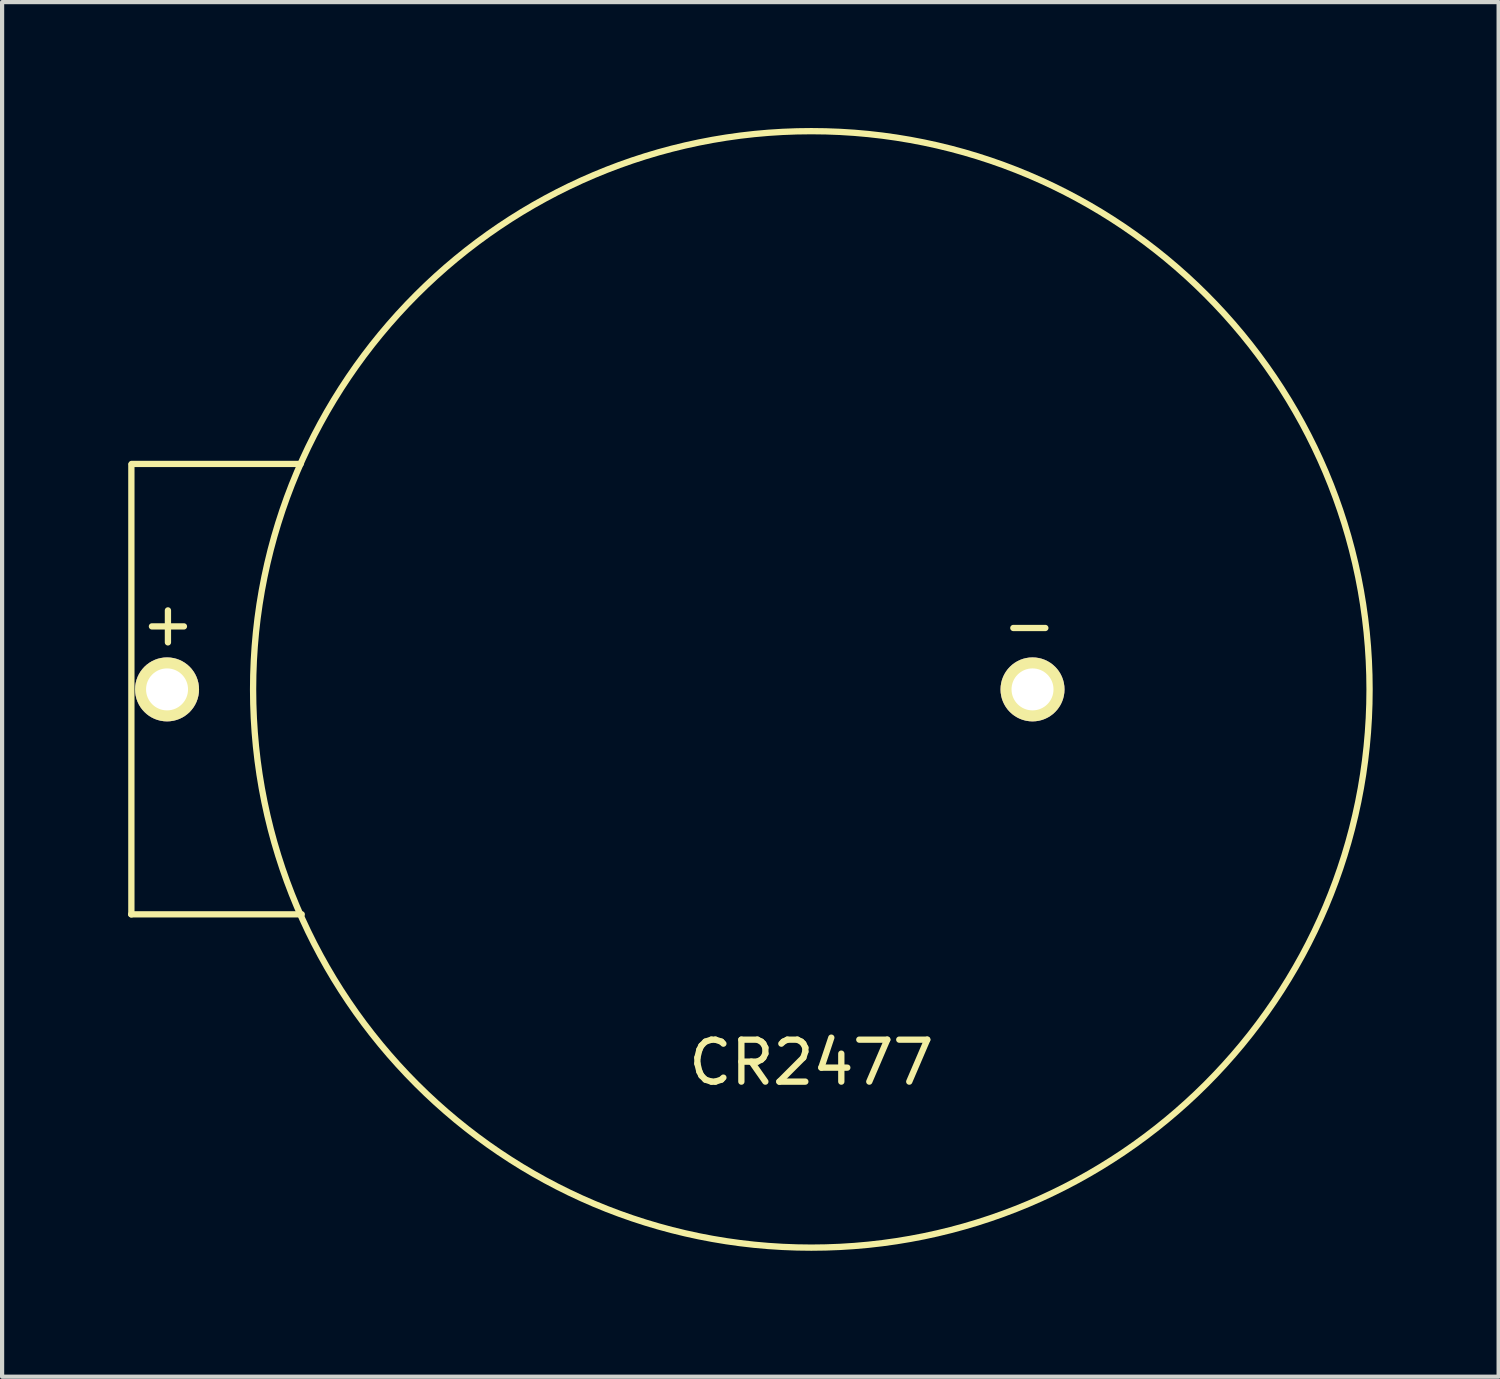
<source format=kicad_pcb>
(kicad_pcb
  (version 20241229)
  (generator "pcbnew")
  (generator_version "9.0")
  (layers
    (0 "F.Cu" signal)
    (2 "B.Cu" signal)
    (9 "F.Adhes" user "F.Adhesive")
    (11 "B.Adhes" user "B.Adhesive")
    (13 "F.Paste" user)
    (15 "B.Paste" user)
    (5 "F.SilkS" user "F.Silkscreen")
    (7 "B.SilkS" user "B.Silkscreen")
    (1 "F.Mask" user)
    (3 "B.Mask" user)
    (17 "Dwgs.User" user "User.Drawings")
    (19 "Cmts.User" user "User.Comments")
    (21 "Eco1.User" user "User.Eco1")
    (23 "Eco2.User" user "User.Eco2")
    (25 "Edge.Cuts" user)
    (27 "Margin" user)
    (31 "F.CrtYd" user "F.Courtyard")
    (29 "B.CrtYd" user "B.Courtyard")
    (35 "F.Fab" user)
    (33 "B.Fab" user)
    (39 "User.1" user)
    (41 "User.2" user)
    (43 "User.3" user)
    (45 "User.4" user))
  (footprint "CR2477"
    (layer "F.Cu")
    (at 16.28 13.375)
    (property "Reference" "CR2477" (at 0 8.89 0) (layer "F.SilkS") (effects (font (size 1 1) (thickness 0.15))))
    (attr through_hole)
    (fp_line (start -16.205 5.359) (end -12.141 5.359) (stroke (width 0.15) (type solid)) (layer "F.SilkS"))
    (fp_line (start -16.2 -5.36) (end -16.2 5.36) (stroke (width 0.15) (type solid)) (layer "F.SilkS"))
    (fp_line (start -16.192 -5.372) (end -12.167 -5.372) (stroke (width 0.15) (type solid)) (layer "F.SilkS"))
    (fp_circle (center 0 0) (end 13.3 0) (stroke (width 0.15) (type solid)) (fill no) (layer "F.SilkS"))
    (fp_text user "+" (at -15.329 -1.575 0) (layer "F.SilkS") (effects (font (size 1 1) (thickness 0.15))))
    (fp_text user "-" (at 5.194 -1.537 0) (layer "F.SilkS") (effects (font (size 1 1) (thickness 0.15))))
    (pad "1" thru_hole circle (at -15.35 0) (size 1.524 1.524) (drill 1) (layers "*.Cu" "*.Mask" "F.SilkS"))
    (pad "2" thru_hole circle (at 5.27 0) (size 1.524 1.524) (drill 1) (layers "*.Cu" "*.Mask" "F.SilkS")))
  (gr_rect
    (start -3 -3)
    (end 32.655 29.75)
    (stroke (width 0.1) (type default))
    (fill no)
    (layer "Edge.Cuts")))
</source>
